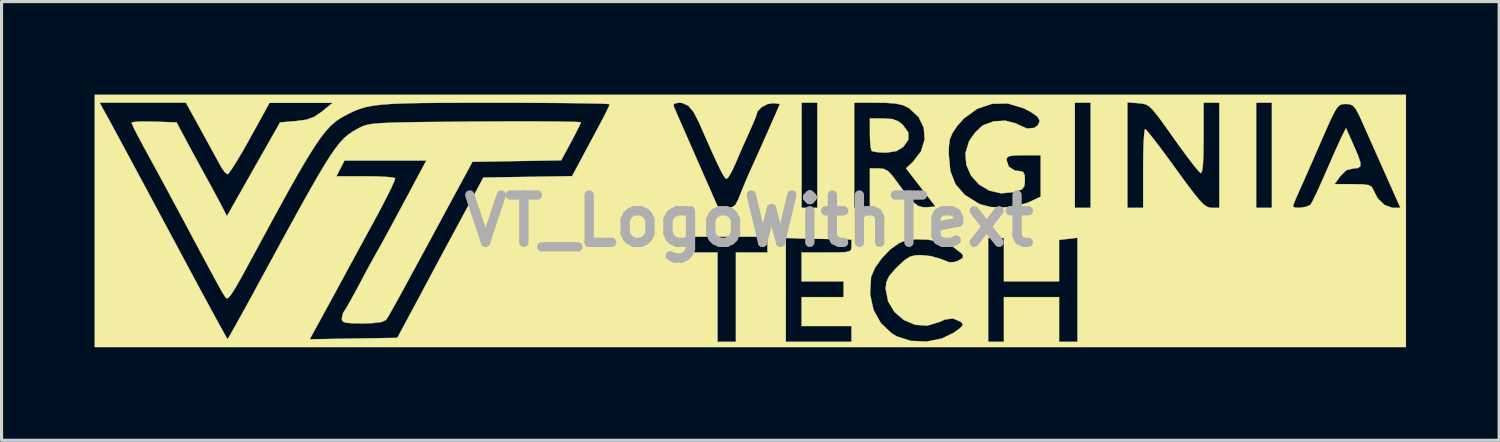
<source format=kicad_pcb>
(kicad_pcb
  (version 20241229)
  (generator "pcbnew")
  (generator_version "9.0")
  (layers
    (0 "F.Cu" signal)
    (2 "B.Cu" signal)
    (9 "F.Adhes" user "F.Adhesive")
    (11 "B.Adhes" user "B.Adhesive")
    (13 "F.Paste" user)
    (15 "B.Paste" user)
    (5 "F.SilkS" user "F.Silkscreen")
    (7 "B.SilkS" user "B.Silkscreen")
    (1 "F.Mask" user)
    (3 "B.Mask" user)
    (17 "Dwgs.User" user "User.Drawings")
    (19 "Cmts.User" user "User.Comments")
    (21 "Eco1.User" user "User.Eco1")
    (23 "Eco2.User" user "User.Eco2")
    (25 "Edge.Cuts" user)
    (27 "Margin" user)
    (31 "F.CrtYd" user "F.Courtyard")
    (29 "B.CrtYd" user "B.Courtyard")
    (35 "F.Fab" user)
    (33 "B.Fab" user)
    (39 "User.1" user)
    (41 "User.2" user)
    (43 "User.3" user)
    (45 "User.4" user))
  (footprint "VT_LogoWithText"
    (layer "F.Cu")
    (at 21.087 4.069)
    (property "Reference" "VT_LogoWithText" (at 0 0 0) (layer "F.Fab") (effects (font (size 1.524 1.524) (thickness 0.3))))
    (attr through_hole)
    (fp_poly (pts (xy 4.62 -3.282) (xy 4.822 -3.205) (xy 4.957 -3.094) (xy 5.13 -2.851) (xy 5.137 -2.623) (xy 4.979 -2.395) (xy 4.969 -2.385) (xy 4.745 -2.249) (xy 4.435 -2.202) (xy 4.39 -2.201) (xy 4.148 -2.213) (xy 3.982 -2.242) (xy 3.951 -2.258) (xy 3.921 -2.367) (xy 3.9 -2.591) (xy 3.895 -2.808) (xy 3.895 -3.302) (xy 4.322 -3.302) (xy 4.62 -3.282)) (stroke (width 0.01) (type solid)) (fill yes) (layer "F.SilkS"))
    (fp_poly (pts (xy 21.167 4.064) (xy -21.082 4.064) (xy -21.082 -3.81) (xy -20.927 -3.81) (xy -20.635 -3.281) (xy -20.533 -3.094) (xy -20.361 -2.776) (xy -20.129 -2.346) (xy -19.847 -1.822) (xy -19.525 -1.222) (xy -19.173 -0.566) (xy -18.801 0.128) (xy -18.586 0.529) (xy -18.219 1.213) (xy -17.878 1.849) (xy -17.569 2.421) (xy -17.301 2.915) (xy -17.083 3.315) (xy -16.923 3.606) (xy -16.828 3.774) (xy -16.805 3.81) (xy -16.759 3.739) (xy -16.645 3.54) (xy -16.474 3.234) (xy -16.257 2.843) (xy -16.007 2.386) (xy -15.872 2.138) (xy -15.351 1.18) (xy -14.904 0.36) (xy -14.522 -0.334) (xy -14.198 -0.915) (xy -13.924 -1.393) (xy -13.694 -1.782) (xy -13.499 -2.091) (xy -13.332 -2.333) (xy -13.185 -2.52) (xy -13.051 -2.664) (xy -12.923 -2.775) (xy -12.793 -2.866) (xy -12.652 -2.948) (xy -12.573 -2.992) (xy -12.483 -3.037) (xy -12.388 -3.075) (xy -12.271 -3.105) (xy -12.114 -3.13) (xy -11.901 -3.148) (xy -11.615 -3.163) (xy -11.238 -3.174) (xy -10.754 -3.183) (xy -10.146 -3.19) (xy -9.396 -3.196) (xy -8.826 -3.201) (xy -8.086 -3.205) (xy -7.4 -3.207) (xy -6.788 -3.206) (xy -6.267 -3.203) (xy -5.855 -3.197) (xy -5.57 -3.19) (xy -5.43 -3.181) (xy -5.419 -3.177) (xy -5.456 -3.084) (xy -5.556 -2.882) (xy -5.698 -2.611) (xy -5.736 -2.54) (xy -6.054 -1.953) (xy -7.484 -1.929) (xy -8.913 -1.905) (xy -9.394 -1.016) (xy -9.873 -0.131) (xy -10.277 0.617) (xy -10.615 1.239) (xy -10.891 1.749) (xy -11.113 2.158) (xy -11.288 2.477) (xy -11.422 2.72) (xy -11.521 2.897) (xy -11.592 3.021) (xy -11.642 3.104) (xy -11.677 3.158) (xy -11.704 3.194) (xy -11.706 3.196) (xy -11.847 3.258) (xy -12.143 3.294) (xy -12.456 3.302) (xy -12.793 3.298) (xy -12.994 3.279) (xy -13.092 3.24) (xy -13.123 3.17) (xy -13.123 3.15) (xy -13.086 2.975) (xy -13.05 2.917) (xy -12.982 2.811) (xy -12.856 2.592) (xy -12.692 2.295) (xy -12.574 2.074) (xy -12.386 1.72) (xy -12.211 1.396) (xy -12.074 1.147) (xy -12.024 1.058) (xy -11.919 0.875) (xy -11.778 0.619) (xy -11.59 0.275) (xy -11.347 -0.176) (xy -11.039 -0.751) (xy -10.863 -1.079) (xy -10.399 -1.947) (xy -13.034 -1.947) (xy -13.166 -1.693) (xy -13.297 -1.439) (xy -12.369 -1.439) (xy -11.99 -1.434) (xy -11.679 -1.419) (xy -11.471 -1.397) (xy -11.402 -1.376) (xy -11.429 -1.285) (xy -11.525 -1.07) (xy -11.68 -0.758) (xy -11.879 -0.374) (xy -12.08 0) (xy -12.344 0.484) (xy -12.609 0.97) (xy -12.852 1.417) (xy -13.05 1.782) (xy -13.139 1.947) (xy -13.358 2.351) (xy -13.603 2.8) (xy -13.819 3.197) (xy -13.82 3.198) (xy -14.157 3.814) (xy -12.746 3.791) (xy -11.335 3.768) (xy -11.061 3.26) (xy -10.899 2.958) (xy -10.69 2.569) (xy -10.47 2.156) (xy -10.358 1.947) (xy -10.133 1.524) (xy -9.89 1.072) (xy -9.669 0.662) (xy -9.585 0.508) (xy -2.032 0.508) (xy -2.032 1.016) (xy -1.016 1.016) (xy -1.016 3.895) (xy -0.423 3.895) (xy -0.423 1.016) (xy 0.593 1.016) (xy 0.593 0.55) (xy 1.185 0.55) (xy 1.185 2.223) (xy 1.185 3.895) (xy 3.302 3.895) (xy 3.302 3.387) (xy 1.693 3.387) (xy 1.693 2.455) (xy 3.048 2.455) (xy 3.048 2.364) (xy 3.901 2.364) (xy 4.011 2.866) (xy 4.249 3.296) (xy 4.603 3.628) (xy 4.756 3.718) (xy 5.213 3.865) (xy 5.718 3.888) (xy 6.211 3.791) (xy 6.601 3.601) (xy 6.805 3.452) (xy 6.886 3.359) (xy 6.863 3.29) (xy 6.807 3.243) (xy 6.577 3.143) (xy 6.313 3.177) (xy 6.127 3.259) (xy 5.74 3.375) (xy 5.35 3.346) (xy 4.988 3.192) (xy 4.688 2.935) (xy 4.482 2.594) (xy 4.403 2.19) (xy 4.403 2.178) (xy 4.425 1.971) (xy 4.509 1.789) (xy 4.687 1.576) (xy 4.781 1.479) (xy 5.009 1.266) (xy 5.186 1.152) (xy 5.373 1.107) (xy 5.541 1.101) (xy 5.856 1.134) (xy 6.16 1.217) (xy 6.218 1.242) (xy 6.448 1.33) (xy 6.627 1.324) (xy 6.737 1.283) (xy 6.885 1.196) (xy 6.893 1.11) (xy 6.851 1.05) (xy 6.586 0.842) (xy 6.211 0.691) (xy 5.78 0.604) (xy 5.346 0.591) (xy 4.964 0.661) (xy 4.837 0.714) (xy 4.554 0.915) (xy 4.28 1.199) (xy 4.059 1.511) (xy 3.936 1.798) (xy 3.931 1.821) (xy 3.901 2.364) (xy 3.048 2.364) (xy 3.048 1.947) (xy 1.693 1.947) (xy 1.693 1.016) (xy 2.498 1.016) (xy 2.87 1.014) (xy 3.105 1.004) (xy 3.234 0.977) (xy 3.289 0.926) (xy 3.302 0.841) (xy 3.302 0.809) (xy 3.302 0.602) (xy 2.244 0.576) (xy 1.185 0.55) (xy 7.705 0.55) (xy 7.705 3.895) (xy 8.213 3.895) (xy 8.213 2.455) (xy 9.991 2.455) (xy 9.991 3.895) (xy 10.583 3.895) (xy 10.583 0.542) (xy 10.287 0.577) (xy 9.991 0.611) (xy 9.991 1.947) (xy 8.213 1.947) (xy 8.213 0.55) (xy 7.705 0.55) (xy 1.185 0.55) (xy 0.593 0.55) (xy 0.593 0.508) (xy -2.032 0.508) (xy -9.585 0.508) (xy -9.365 0.1) (xy -9.119 -0.357) (xy -8.901 -0.762) (xy -8.562 -1.397) (xy -5.702 -1.443) (xy -5.511 -1.801) (xy -5.387 -2.033) (xy -5.211 -2.361) (xy -5.012 -2.732) (xy -4.904 -2.934) (xy -4.731 -3.26) (xy -4.593 -3.528) (xy -4.509 -3.704) (xy -2.431 -3.704) (xy -2.385 -3.597) (xy -2.283 -3.361) (xy -2.133 -3.019) (xy -1.948 -2.597) (xy -1.739 -2.121) (xy -1.691 -2.011) (xy -0.993 -0.423) (xy -0.72 -0.423) (xy -0.55 -0.439) (xy -0.441 -0.515) (xy -0.347 -0.691) (xy -0.294 -0.826) (xy -0.172 -1.13) (xy -0.017 -1.493) (xy 0.092 -1.736) (xy 0.235 -2.051) (xy 0.414 -2.451) (xy 0.598 -2.866) (xy 0.66 -3.006) (xy 0.995 -3.768) (xy 0.786 -3.795) (xy 0.595 -3.766) (xy 0.401 -3.663) (xy 0.272 -3.529) (xy 0.254 -3.464) (xy 0.221 -3.359) (xy 0.134 -3.147) (xy 0.012 -2.872) (xy 0.008 -2.863) (xy -0.157 -2.496) (xy -0.33 -2.103) (xy -0.436 -1.853) (xy -0.554 -1.598) (xy -0.659 -1.417) (xy -0.719 -1.357) (xy -0.757 -1.373) (xy -0.814 -1.447) (xy -0.897 -1.595) (xy -1.015 -1.836) (xy -1.176 -2.184) (xy -1.387 -2.658) (xy -1.615 -3.175) (xy -1.788 -3.514) (xy -1.959 -3.714) (xy -2.155 -3.801) (xy -2.269 -3.81) (xy 1.693 -3.81) (xy 1.693 -0.423) (xy 2.201 -0.423) (xy 3.387 -0.423) (xy 3.895 -0.423) (xy 3.895 -1.693) (xy 4.179 -1.693) (xy 4.343 -1.677) (xy 4.478 -1.606) (xy 4.626 -1.45) (xy 4.805 -1.206) (xy 5.068 -0.848) (xy 5.274 -0.614) (xy 5.449 -0.484) (xy 5.621 -0.436) (xy 5.748 -0.439) (xy 6.008 -0.466) (xy 5.533 -1.081) (xy 5.058 -1.696) (xy 5.282 -1.903) (xy 5.47 -2.149) (xy 6.435 -2.149) (xy 6.486 -1.61) (xy 6.652 -1.184) (xy 6.947 -0.844) (xy 7.388 -0.566) (xy 7.451 -0.536) (xy 7.777 -0.449) (xy 8.189 -0.431) (xy 8.615 -0.478) (xy 8.988 -0.589) (xy 9.018 -0.602) (xy 9.398 -0.781) (xy 9.398 -2.117) (xy 8.848 -2.117) (xy 8.548 -2.11) (xy 8.38 -2.085) (xy 8.309 -2.031) (xy 8.297 -1.964) (xy 8.37 -1.749) (xy 8.565 -1.625) (xy 8.695 -1.609) (xy 8.828 -1.583) (xy 8.882 -1.473) (xy 8.89 -1.316) (xy 8.874 -1.124) (xy 8.797 -1.019) (xy 8.609 -0.947) (xy 8.551 -0.931) (xy 8.125 -0.889) (xy 7.735 -0.98) (xy 7.404 -1.18) (xy 7.152 -1.464) (xy 7.001 -1.806) (xy 6.973 -2.182) (xy 7.09 -2.566) (xy 7.11 -2.603) (xy 7.288 -2.85) (xy 7.5 -3.051) (xy 7.555 -3.088) (xy 7.89 -3.21) (xy 8.261 -3.23) (xy 8.594 -3.146) (xy 8.673 -3.102) (xy 8.957 -2.978) (xy 9.195 -2.999) (xy 9.313 -3.09) (xy 9.367 -3.228) (xy 9.288 -3.367) (xy 9.063 -3.523) (xy 8.844 -3.633) (xy 8.339 -3.784) (xy 7.833 -3.775) (xy 7.353 -3.612) (xy 6.924 -3.303) (xy 6.711 -3.063) (xy 6.555 -2.836) (xy 6.472 -2.635) (xy 6.439 -2.388) (xy 6.435 -2.149) (xy 5.47 -2.149) (xy 5.543 -2.244) (xy 5.658 -2.622) (xy 5.631 -3.002) (xy 5.464 -3.35) (xy 5.159 -3.632) (xy 5.139 -3.644) (xy 4.956 -3.731) (xy 4.726 -3.783) (xy 4.405 -3.806) (xy 4.128 -3.81) (xy 3.387 -3.81) (xy 10.499 -3.81) (xy 10.499 -0.423) (xy 11.007 -0.423) (xy 12.192 -0.423) (xy 12.7 -0.423) (xy 12.7 -1.693) (xy 12.704 -2.135) (xy 12.715 -2.51) (xy 12.732 -2.788) (xy 12.752 -2.941) (xy 12.764 -2.961) (xy 12.831 -2.895) (xy 12.98 -2.713) (xy 13.194 -2.436) (xy 13.456 -2.086) (xy 13.744 -1.691) (xy 14.072 -1.24) (xy 14.321 -0.91) (xy 14.506 -0.681) (xy 14.645 -0.537) (xy 14.755 -0.458) (xy 14.851 -0.427) (xy 14.908 -0.423) (xy 15.155 -0.423) (xy 15.155 -3.81) (xy 16.341 -3.81) (xy 16.341 -0.423) (xy 16.849 -0.423) (xy 16.849 -0.47) (xy 17.526 -0.47) (xy 17.596 -0.427) (xy 17.758 -0.424) (xy 17.942 -0.454) (xy 18.08 -0.511) (xy 18.099 -0.529) (xy 18.164 -0.645) (xy 18.279 -0.883) (xy 18.427 -1.206) (xy 18.586 -1.566) (xy 18.756 -1.957) (xy 18.914 -2.313) (xy 19.04 -2.592) (xy 19.112 -2.743) (xy 19.237 -2.989) (xy 19.48 -2.447) (xy 19.628 -2.102) (xy 19.701 -1.882) (xy 19.699 -1.758) (xy 19.62 -1.704) (xy 19.479 -1.693) (xy 19.247 -1.635) (xy 19.051 -1.44) (xy 19.05 -1.439) (xy 18.869 -1.185) (xy 19.462 -1.185) (xy 19.78 -1.179) (xy 19.968 -1.154) (xy 20.066 -1.1) (xy 20.106 -1.023) (xy 20.258 -0.727) (xy 20.479 -0.514) (xy 20.725 -0.424) (xy 20.746 -0.423) (xy 20.99 -0.423) (xy 20.735 -0.995) (xy 20.579 -1.345) (xy 20.423 -1.696) (xy 20.311 -1.947) (xy 20.197 -2.203) (xy 20.042 -2.551) (xy 19.874 -2.929) (xy 19.821 -3.048) (xy 19.669 -3.386) (xy 19.558 -3.597) (xy 19.464 -3.711) (xy 19.365 -3.758) (xy 19.234 -3.768) (xy 19.23 -3.768) (xy 19.125 -3.763) (xy 19.04 -3.735) (xy 18.959 -3.659) (xy 18.867 -3.515) (xy 18.75 -3.279) (xy 18.592 -2.928) (xy 18.423 -2.54) (xy 18.224 -2.083) (xy 18.033 -1.647) (xy 17.867 -1.272) (xy 17.744 -0.996) (xy 17.708 -0.915) (xy 17.604 -0.681) (xy 17.539 -0.515) (xy 17.526 -0.47) (xy 16.849 -0.47) (xy 16.849 -3.81) (xy 16.341 -3.81) (xy 15.155 -3.81) (xy 14.647 -3.81) (xy 14.647 -2.66) (xy 14.642 -2.153) (xy 14.626 -1.804) (xy 14.598 -1.603) (xy 14.558 -1.54) (xy 14.553 -1.541) (xy 14.474 -1.618) (xy 14.318 -1.81) (xy 14.102 -2.092) (xy 13.847 -2.44) (xy 13.683 -2.67) (xy 13.391 -3.082) (xy 13.176 -3.376) (xy 13.016 -3.572) (xy 12.892 -3.692) (xy 12.783 -3.755) (xy 12.667 -3.783) (xy 12.55 -3.794) (xy 12.192 -3.82) (xy 12.192 -0.423) (xy 11.007 -0.423) (xy 11.007 -3.81) (xy 10.499 -3.81) (xy 3.387 -3.81) (xy 3.387 -0.423) (xy 2.201 -0.423) (xy 2.201 -3.81) (xy 1.693 -3.81) (xy -2.269 -3.81) (xy -2.418 -3.776) (xy -2.431 -3.704) (xy -4.509 -3.704) (xy -4.508 -3.706) (xy -4.487 -3.759) (xy -4.569 -3.77) (xy -4.803 -3.78) (xy -5.172 -3.788) (xy -5.659 -3.796) (xy -6.247 -3.802) (xy -6.918 -3.806) (xy -7.656 -3.809) (xy -8.191 -3.809) (xy -9.124 -3.808) (xy -9.905 -3.806) (xy -10.551 -3.8) (xy -11.078 -3.789) (xy -11.505 -3.772) (xy -11.847 -3.747) (xy -12.123 -3.713) (xy -12.349 -3.668) (xy -12.542 -3.611) (xy -12.72 -3.541) (xy -12.9 -3.456) (xy -13.006 -3.401) (xy -13.171 -3.309) (xy -13.326 -3.202) (xy -13.48 -3.067) (xy -13.641 -2.892) (xy -13.817 -2.664) (xy -14.016 -2.372) (xy -14.247 -2.002) (xy -14.517 -1.543) (xy -14.834 -0.982) (xy -15.206 -0.306) (xy -15.642 0.496) (xy -16.083 1.312) (xy -16.339 1.783) (xy -16.53 2.12) (xy -16.667 2.34) (xy -16.76 2.46) (xy -16.822 2.497) (xy -16.852 2.483) (xy -16.895 2.426) (xy -16.964 2.316) (xy -17.069 2.132) (xy -17.221 1.855) (xy -17.431 1.464) (xy -17.672 1.016) (xy -18.001 0.4) (xy -18.266 -0.096) (xy -18.484 -0.502) (xy -18.67 -0.849) (xy -18.841 -1.166) (xy -19.013 -1.484) (xy -19.202 -1.831) (xy -19.424 -2.238) (xy -19.546 -2.463) (xy -19.705 -2.759) (xy -19.826 -2.998) (xy -19.891 -3.142) (xy -19.897 -3.164) (xy -19.819 -3.189) (xy -19.61 -3.202) (xy -19.31 -3.203) (xy -19.172 -3.199) (xy -18.447 -3.175) (xy -18.108 -2.54) (xy -17.904 -2.16) (xy -17.685 -1.758) (xy -17.498 -1.416) (xy -17.487 -1.397) (xy -17.306 -1.067) (xy -17.126 -0.733) (xy -17.014 -0.522) (xy -16.824 -0.155) (xy -16.665 -0.437) (xy -16.569 -0.606) (xy -16.408 -0.891) (xy -16.2 -1.258) (xy -15.963 -1.676) (xy -15.809 -1.947) (xy -15.112 -3.175) (xy -14.598 -3.217) (xy -14.257 -3.264) (xy -14.004 -3.357) (xy -13.761 -3.525) (xy -13.752 -3.532) (xy -13.42 -3.804) (xy -14.436 -3.804) (xy -15.452 -3.804) (xy -16.087 -2.653) (xy -16.31 -2.257) (xy -16.51 -1.921) (xy -16.67 -1.669) (xy -16.775 -1.526) (xy -16.803 -1.503) (xy -16.895 -1.572) (xy -17.008 -1.735) (xy -17.015 -1.747) (xy -17.107 -1.916) (xy -17.259 -2.194) (xy -17.45 -2.542) (xy -17.646 -2.9) (xy -18.146 -3.81) (xy -20.927 -3.81) (xy -21.082 -3.81) (xy -21.082 -4.064) (xy 21.167 -4.064) (xy 21.167 4.064)) (stroke (width 0.01) (type solid)) (fill yes) (layer "F.SilkS")))
  (gr_rect
    (start -3 -3)
    (end 45.259 11.138)
    (stroke (width 0.1) (type default))
    (fill no)
    (layer "Edge.Cuts")))
</source>
